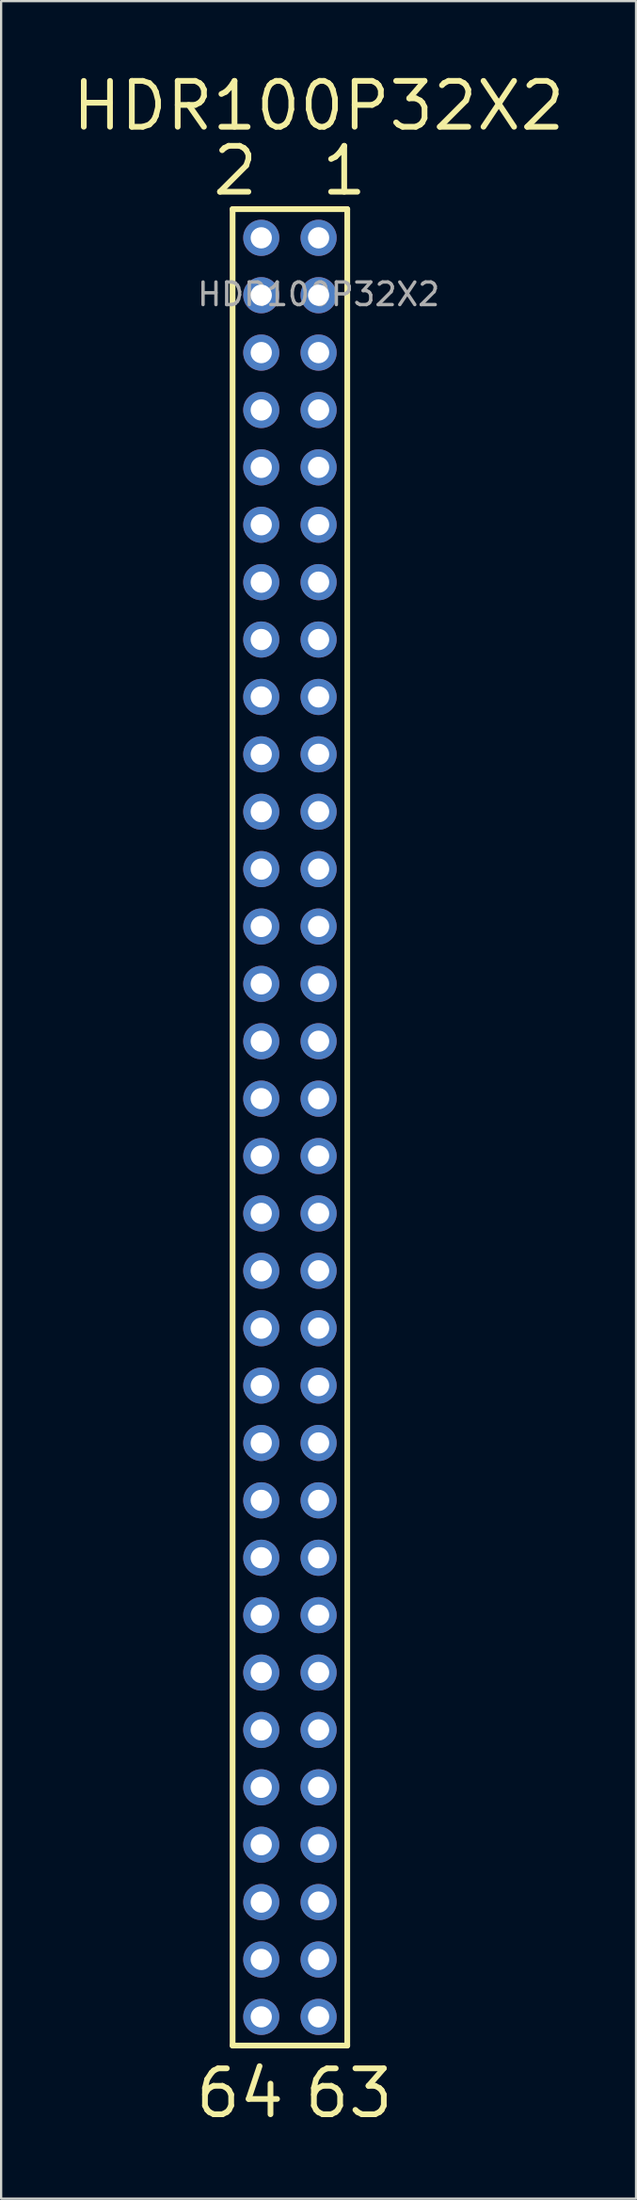
<source format=kicad_pcb>
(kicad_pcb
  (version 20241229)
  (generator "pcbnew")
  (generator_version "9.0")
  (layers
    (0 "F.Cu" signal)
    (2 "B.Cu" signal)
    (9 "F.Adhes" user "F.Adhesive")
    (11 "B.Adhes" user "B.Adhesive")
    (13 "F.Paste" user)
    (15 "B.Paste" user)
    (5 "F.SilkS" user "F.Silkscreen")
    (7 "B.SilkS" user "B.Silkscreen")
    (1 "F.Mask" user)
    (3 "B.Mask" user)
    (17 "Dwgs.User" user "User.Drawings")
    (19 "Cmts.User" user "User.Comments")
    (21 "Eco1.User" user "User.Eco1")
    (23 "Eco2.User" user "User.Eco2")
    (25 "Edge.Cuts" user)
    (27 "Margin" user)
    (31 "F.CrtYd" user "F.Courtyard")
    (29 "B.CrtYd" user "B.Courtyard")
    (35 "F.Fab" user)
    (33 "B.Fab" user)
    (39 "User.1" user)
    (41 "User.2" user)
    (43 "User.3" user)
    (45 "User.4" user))
  (footprint "HDR100P32X2"
    (layer "F.Cu")
    (at 11.064 7.476)
    (property "Reference" "HDR100P32X2" (at 0 -5.842 0) (unlocked yes) (layer "F.SilkS") (effects (font (size 2.032 2.032) (thickness 0.254))))
    (attr through_hole)
    (fp_line (start -3.81 -1.27) (end 1.27 -1.27) (stroke (width 0.254) (type default)) (layer "F.SilkS"))
    (fp_line (start -3.81 80.01) (end -3.81 -1.27) (stroke (width 0.254) (type default)) (layer "F.SilkS"))
    (fp_line (start 1.27 -1.27) (end 1.27 80.01) (stroke (width 0.254) (type default)) (layer "F.SilkS"))
    (fp_line (start 1.27 80.01) (end -3.81 80.01) (stroke (width 0.254) (type default)) (layer "F.SilkS"))
    (fp_text user "63" (at -0.762 83.312 0) (unlocked yes) (layer "F.SilkS") (effects (font (size 2.032 2.032) (thickness 0.254)) (justify left bottom)))
    (fp_text user "64" (at -5.588 83.312 0) (unlocked yes) (layer "F.SilkS") (effects (font (size 2.032 2.032) (thickness 0.254)) (justify left bottom)))
    (fp_text user "2" (at -4.826 -1.778 0) (unlocked yes) (layer "F.SilkS") (effects (font (size 2.032 2.032) (thickness 0.254)) (justify left bottom)))
    (fp_text user "1" (at 0 -1.778 0) (unlocked yes) (layer "F.SilkS") (effects (font (size 2.032 2.032) (thickness 0.254)) (justify left bottom)))
    (fp_text user "${REFERENCE}" (at 0 2.5 0) (unlocked yes) (layer "F.Fab") (effects (font (size 1 1) (thickness 0.15))))
    (pad "1" thru_hole circle (at 0 0) (size 1.6 1.6) (drill 0.94) (layers "*.Cu" "*.Mask"))
    (pad "2" thru_hole circle (at -2.54 0) (size 1.6 1.6) (drill 0.94) (layers "*.Cu" "*.Mask"))
    (pad "3" thru_hole circle (at 0 2.54) (size 1.6 1.6) (drill 0.94) (layers "*.Cu" "*.Mask"))
    (pad "4" thru_hole circle (at -2.54 2.54) (size 1.6 1.6) (drill 0.94) (layers "*.Cu" "*.Mask"))
    (pad "5" thru_hole circle (at 0 5.08) (size 1.6 1.6) (drill 0.94) (layers "*.Cu" "*.Mask"))
    (pad "6" thru_hole circle (at -2.54 5.08) (size 1.6 1.6) (drill 0.94) (layers "*.Cu" "*.Mask"))
    (pad "7" thru_hole circle (at 0 7.62) (size 1.6 1.6) (drill 0.94) (layers "*.Cu" "*.Mask"))
    (pad "8" thru_hole circle (at -2.54 7.62) (size 1.6 1.6) (drill 0.94) (layers "*.Cu" "*.Mask"))
    (pad "9" thru_hole circle (at 0 10.16) (size 1.6 1.6) (drill 0.94) (layers "*.Cu" "*.Mask"))
    (pad "10" thru_hole circle (at -2.54 10.16) (size 1.6 1.6) (drill 0.94) (layers "*.Cu" "*.Mask"))
    (pad "11" thru_hole circle (at 0 12.7) (size 1.6 1.6) (drill 0.94) (layers "*.Cu" "*.Mask"))
    (pad "12" thru_hole circle (at -2.54 12.7) (size 1.6 1.6) (drill 0.94) (layers "*.Cu" "*.Mask"))
    (pad "13" thru_hole circle (at 0 15.24) (size 1.6 1.6) (drill 0.94) (layers "*.Cu" "*.Mask"))
    (pad "14" thru_hole circle (at -2.54 15.24) (size 1.6 1.6) (drill 0.94) (layers "*.Cu" "*.Mask"))
    (pad "15" thru_hole circle (at 0 17.78) (size 1.6 1.6) (drill 0.94) (layers "*.Cu" "*.Mask"))
    (pad "16" thru_hole circle (at -2.54 17.78) (size 1.6 1.6) (drill 0.94) (layers "*.Cu" "*.Mask"))
    (pad "17" thru_hole circle (at 0 20.32) (size 1.6 1.6) (drill 0.94) (layers "*.Cu" "*.Mask"))
    (pad "18" thru_hole circle (at -2.54 20.32) (size 1.6 1.6) (drill 0.94) (layers "*.Cu" "*.Mask"))
    (pad "19" thru_hole circle (at 0 22.86) (size 1.6 1.6) (drill 0.94) (layers "*.Cu" "*.Mask"))
    (pad "20" thru_hole circle (at -2.54 22.86) (size 1.6 1.6) (drill 0.94) (layers "*.Cu" "*.Mask"))
    (pad "21" thru_hole circle (at 0 25.4) (size 1.6 1.6) (drill 0.94) (layers "*.Cu" "*.Mask"))
    (pad "22" thru_hole circle (at -2.54 25.4) (size 1.6 1.6) (drill 0.94) (layers "*.Cu" "*.Mask"))
    (pad "23" thru_hole circle (at 0 27.94) (size 1.6 1.6) (drill 0.94) (layers "*.Cu" "*.Mask"))
    (pad "24" thru_hole circle (at -2.54 27.94) (size 1.6 1.6) (drill 0.94) (layers "*.Cu" "*.Mask"))
    (pad "25" thru_hole circle (at 0 30.48) (size 1.6 1.6) (drill 0.94) (layers "*.Cu" "*.Mask"))
    (pad "26" thru_hole circle (at -2.54 30.48) (size 1.6 1.6) (drill 0.94) (layers "*.Cu" "*.Mask"))
    (pad "27" thru_hole circle (at 0 33.02) (size 1.6 1.6) (drill 0.94) (layers "*.Cu" "*.Mask"))
    (pad "28" thru_hole circle (at -2.54 33.02) (size 1.6 1.6) (drill 0.94) (layers "*.Cu" "*.Mask"))
    (pad "29" thru_hole circle (at 0 35.56) (size 1.6 1.6) (drill 0.94) (layers "*.Cu" "*.Mask"))
    (pad "30" thru_hole circle (at -2.54 35.56) (size 1.6 1.6) (drill 0.94) (layers "*.Cu" "*.Mask"))
    (pad "31" thru_hole circle (at 0 38.1) (size 1.6 1.6) (drill 0.94) (layers "*.Cu" "*.Mask"))
    (pad "32" thru_hole circle (at -2.54 38.1) (size 1.6 1.6) (drill 0.94) (layers "*.Cu" "*.Mask"))
    (pad "33" thru_hole circle (at 0 40.64) (size 1.6 1.6) (drill 0.94) (layers "*.Cu" "*.Mask"))
    (pad "34" thru_hole circle (at -2.54 40.64) (size 1.6 1.6) (drill 0.94) (layers "*.Cu" "*.Mask"))
    (pad "35" thru_hole circle (at 0 43.18) (size 1.6 1.6) (drill 0.94) (layers "*.Cu" "*.Mask"))
    (pad "36" thru_hole circle (at -2.54 43.18) (size 1.6 1.6) (drill 0.94) (layers "*.Cu" "*.Mask"))
    (pad "37" thru_hole circle (at 0 45.72) (size 1.6 1.6) (drill 0.94) (layers "*.Cu" "*.Mask"))
    (pad "38" thru_hole circle (at -2.54 45.72) (size 1.6 1.6) (drill 0.94) (layers "*.Cu" "*.Mask"))
    (pad "39" thru_hole circle (at 0 48.26) (size 1.6 1.6) (drill 0.94) (layers "*.Cu" "*.Mask"))
    (pad "40" thru_hole circle (at -2.54 48.26) (size 1.6 1.6) (drill 0.94) (layers "*.Cu" "*.Mask"))
    (pad "41" thru_hole circle (at 0 50.8) (size 1.6 1.6) (drill 0.94) (layers "*.Cu" "*.Mask"))
    (pad "42" thru_hole circle (at -2.54 50.8) (size 1.6 1.6) (drill 0.94) (layers "*.Cu" "*.Mask"))
    (pad "43" thru_hole circle (at 0 53.34) (size 1.6 1.6) (drill 0.94) (layers "*.Cu" "*.Mask"))
    (pad "44" thru_hole circle (at -2.54 53.34) (size 1.6 1.6) (drill 0.94) (layers "*.Cu" "*.Mask"))
    (pad "45" thru_hole circle (at 0 55.88) (size 1.6 1.6) (drill 0.94) (layers "*.Cu" "*.Mask"))
    (pad "46" thru_hole circle (at -2.54 55.88) (size 1.6 1.6) (drill 0.94) (layers "*.Cu" "*.Mask"))
    (pad "47" thru_hole circle (at 0 58.42) (size 1.6 1.6) (drill 0.94) (layers "*.Cu" "*.Mask"))
    (pad "48" thru_hole circle (at -2.54 58.42) (size 1.6 1.6) (drill 0.94) (layers "*.Cu" "*.Mask"))
    (pad "49" thru_hole circle (at 0 60.96) (size 1.6 1.6) (drill 0.94) (layers "*.Cu" "*.Mask"))
    (pad "50" thru_hole circle (at -2.54 60.96) (size 1.6 1.6) (drill 0.94) (layers "*.Cu" "*.Mask"))
    (pad "51" thru_hole circle (at 0 63.5) (size 1.6 1.6) (drill 0.94) (layers "*.Cu" "*.Mask"))
    (pad "52" thru_hole circle (at -2.54 63.5) (size 1.6 1.6) (drill 0.94) (layers "*.Cu" "*.Mask"))
    (pad "53" thru_hole circle (at 0 66.04) (size 1.6 1.6) (drill 0.94) (layers "*.Cu" "*.Mask"))
    (pad "54" thru_hole circle (at -2.54 66.04) (size 1.6 1.6) (drill 0.94) (layers "*.Cu" "*.Mask"))
    (pad "55" thru_hole circle (at 0 68.58) (size 1.6 1.6) (drill 0.94) (layers "*.Cu" "*.Mask"))
    (pad "56" thru_hole circle (at -2.54 68.58) (size 1.6 1.6) (drill 0.94) (layers "*.Cu" "*.Mask"))
    (pad "57" thru_hole circle (at 0 71.12) (size 1.6 1.6) (drill 0.94) (layers "*.Cu" "*.Mask"))
    (pad "58" thru_hole circle (at -2.54 71.12) (size 1.6 1.6) (drill 0.94) (layers "*.Cu" "*.Mask"))
    (pad "59" thru_hole circle (at 0 73.66) (size 1.6 1.6) (drill 0.94) (layers "*.Cu" "*.Mask"))
    (pad "60" thru_hole circle (at -2.54 73.66) (size 1.6 1.6) (drill 0.94) (layers "*.Cu" "*.Mask"))
    (pad "61" thru_hole circle (at 0 76.2) (size 1.6 1.6) (drill 0.94) (layers "*.Cu" "*.Mask"))
    (pad "62" thru_hole circle (at -2.54 76.2) (size 1.6 1.6) (drill 0.94) (layers "*.Cu" "*.Mask"))
    (pad "63" thru_hole circle (at 0 78.74) (size 1.6 1.6) (drill 0.94) (layers "*.Cu" "*.Mask"))
    (pad "64" thru_hole circle (at -2.54 78.74) (size 1.6 1.6) (drill 0.94) (layers "*.Cu" "*.Mask")))
  (gr_rect
    (start -3 -3)
    (end 25.127 94.263)
    (stroke (width 0.1) (type default))
    (fill no)
    (layer "Edge.Cuts")))
</source>
